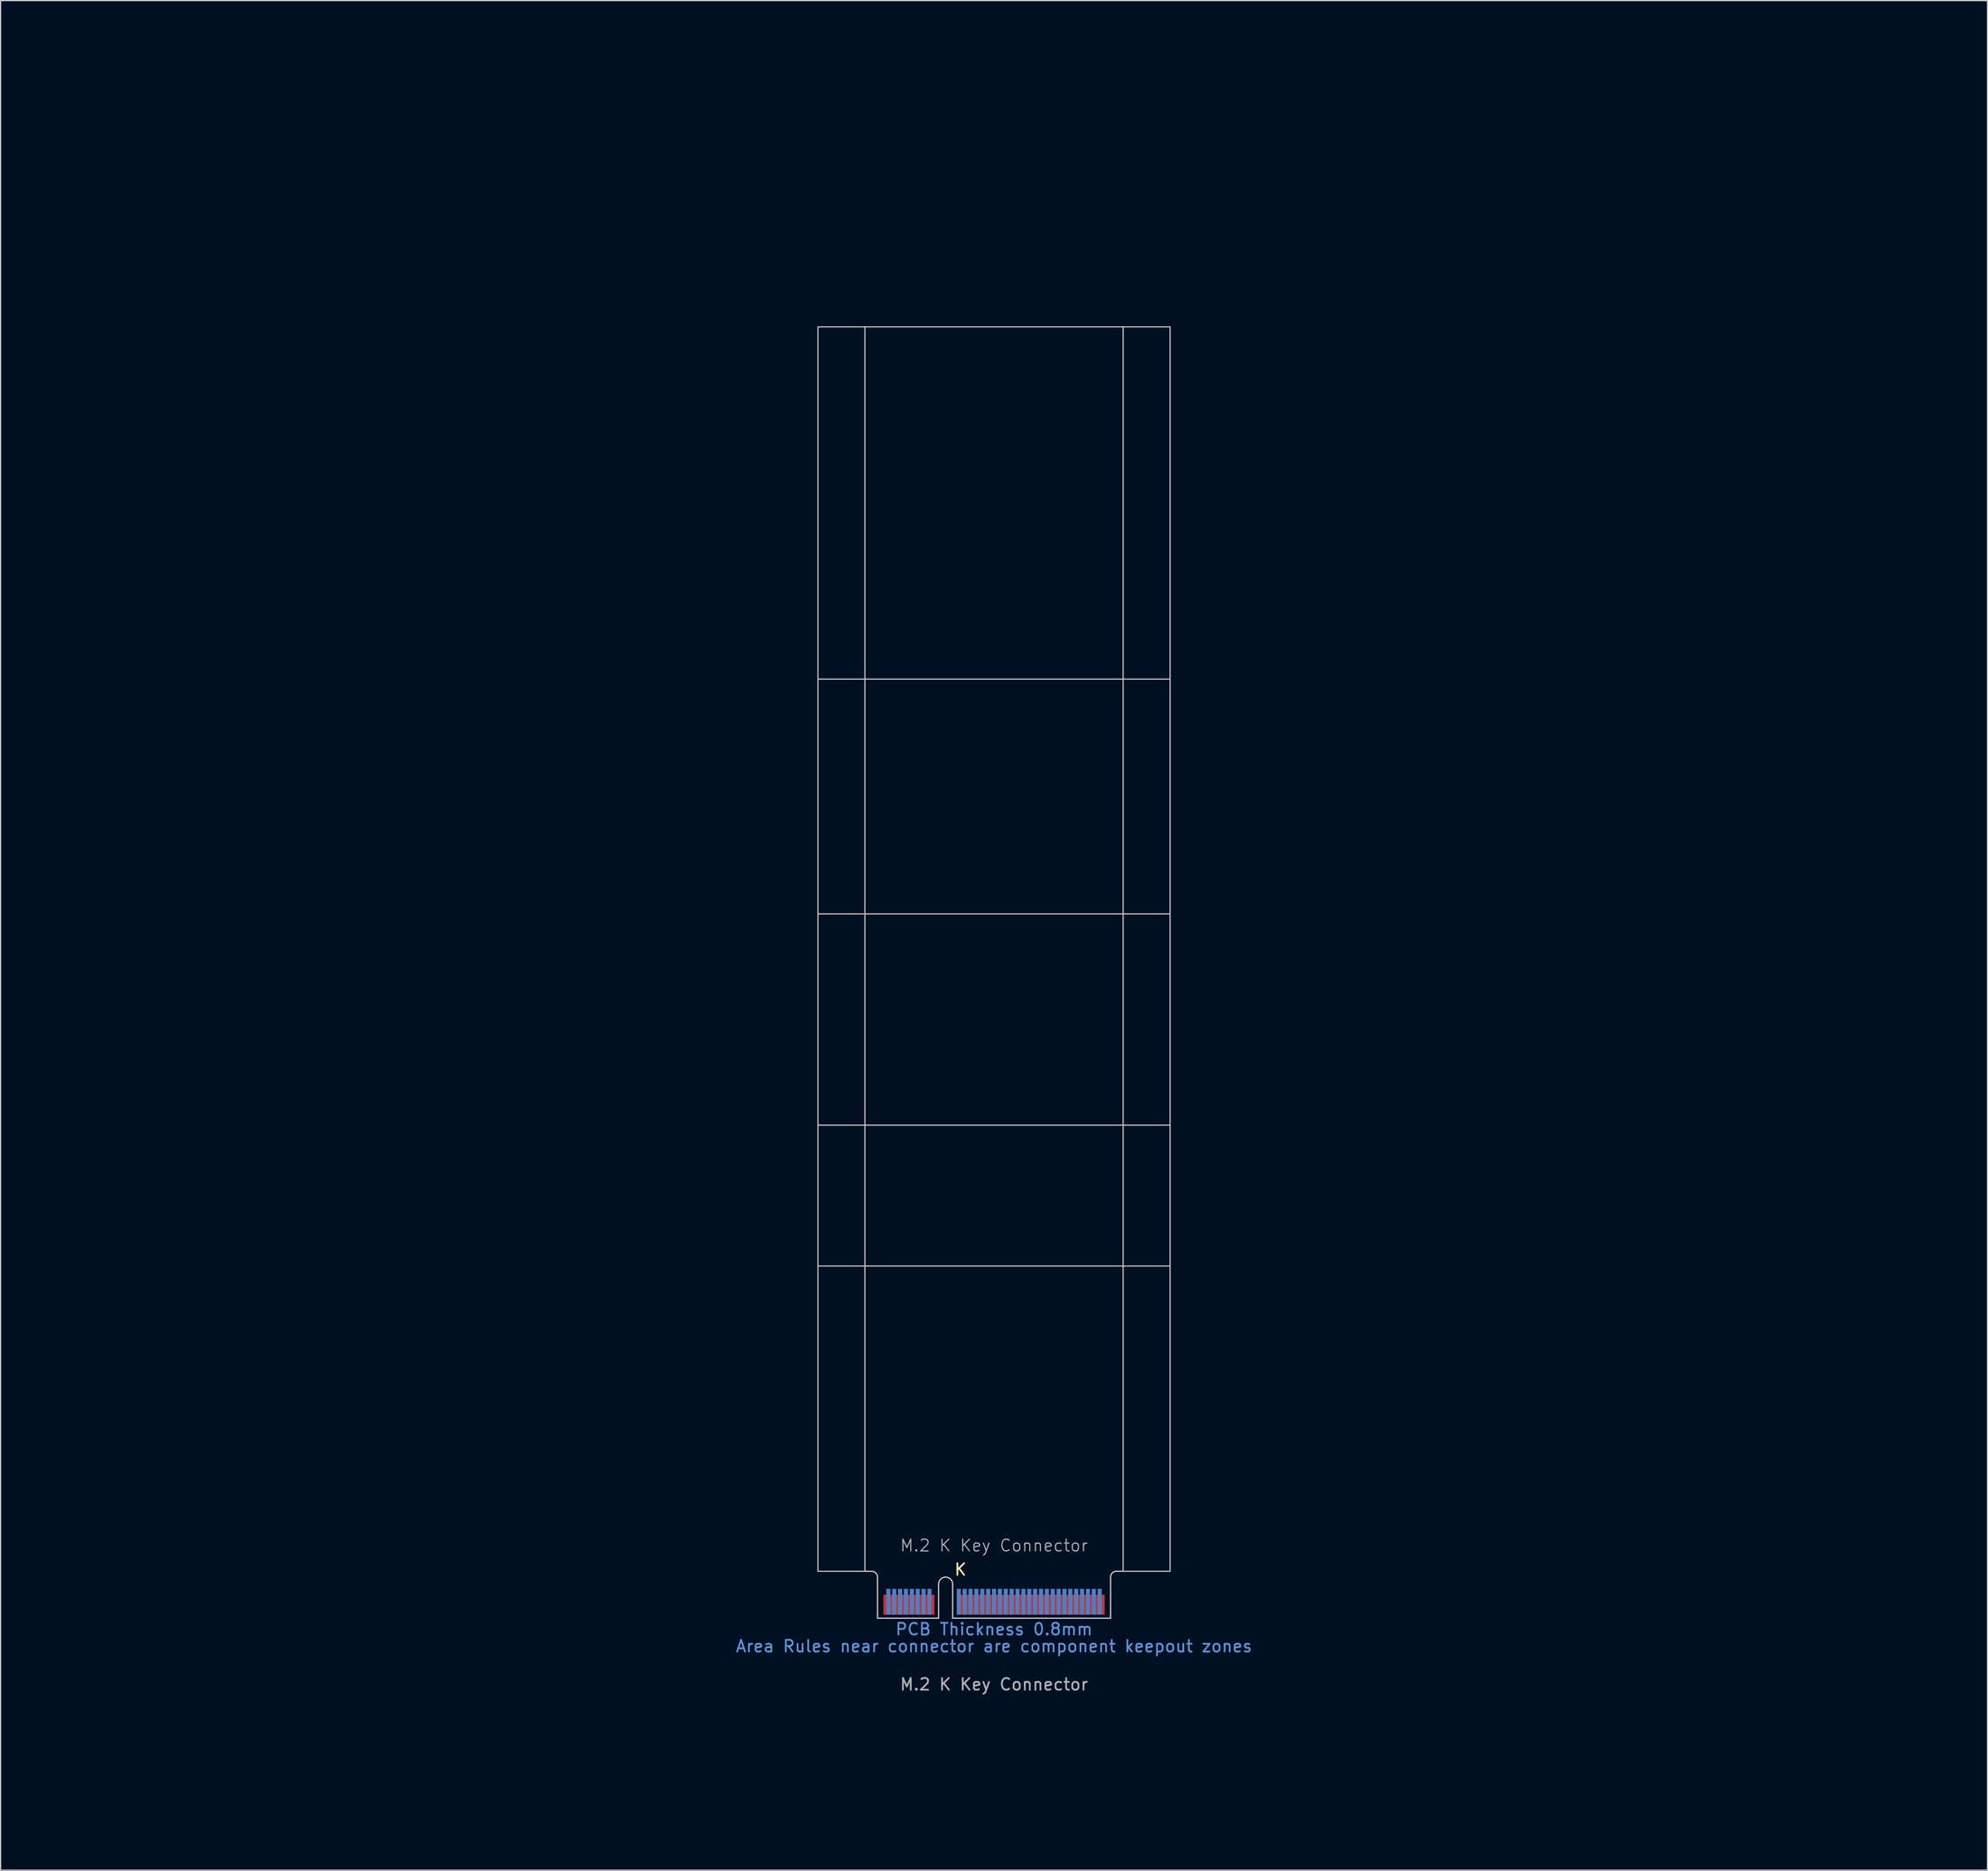
<source format=kicad_pcb>
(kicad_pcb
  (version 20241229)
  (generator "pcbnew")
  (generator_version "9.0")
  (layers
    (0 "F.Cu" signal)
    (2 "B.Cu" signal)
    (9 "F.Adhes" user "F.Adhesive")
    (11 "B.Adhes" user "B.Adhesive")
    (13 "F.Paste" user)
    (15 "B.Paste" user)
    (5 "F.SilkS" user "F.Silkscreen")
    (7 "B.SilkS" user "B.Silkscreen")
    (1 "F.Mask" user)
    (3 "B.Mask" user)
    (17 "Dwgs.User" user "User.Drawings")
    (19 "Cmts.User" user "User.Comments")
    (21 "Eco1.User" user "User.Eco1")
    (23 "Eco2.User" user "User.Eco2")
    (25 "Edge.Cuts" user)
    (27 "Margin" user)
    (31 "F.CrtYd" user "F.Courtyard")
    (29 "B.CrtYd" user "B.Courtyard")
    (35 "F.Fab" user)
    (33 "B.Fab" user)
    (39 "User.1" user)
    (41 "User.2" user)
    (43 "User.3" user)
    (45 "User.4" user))
  (footprint "M.2 K Key Connector"
    (layer "F.Cu")
    (at 81.624 133.687)
    (property "Reference" "M.2 K Key Connector" (at 0 -5.08 0) (unlocked yes) (layer "F.Fab") (effects (font (size 1 1) (thickness 0.1))))
    (attr exclude_from_pos_files exclude_from_bom)
    (fp_rect (start -9.925 -0.94) (end 9.925 1.11) (stroke (width 0) (type default)) (fill yes) (layer "F.Mask"))
    (fp_rect (start -9.925 -1.44) (end 9.925 1.11) (stroke (width 0) (type default)) (fill yes) (layer "B.Mask"))
    (fp_line (start -15 -108.89) (end 15 -108.89) (stroke (width 0.1) (type default)) (layer "Dwgs.User"))
    (fp_line (start -15 -78.89) (end 15 -78.89) (stroke (width 0.1) (type default)) (layer "Dwgs.User"))
    (fp_line (start -15 -58.89) (end 15 -58.89) (stroke (width 0.1) (type default)) (layer "Dwgs.User"))
    (fp_line (start -15 -40.89) (end 15 -40.89) (stroke (width 0.1) (type default)) (layer "Dwgs.User"))
    (fp_line (start -15 -28.89) (end 15 -28.89) (stroke (width 0.1) (type default)) (layer "Dwgs.User"))
    (fp_line (start -15 -2.89) (end -15 -108.89) (stroke (width 0.1) (type default)) (layer "Dwgs.User"))
    (fp_line (start -11 -2.89) (end -15 -2.89) (stroke (width 0.1) (type default)) (layer "Dwgs.User"))
    (fp_line (start -11 -2.89) (end -11 -108.89) (stroke (width 0.1) (type default)) (layer "Dwgs.User"))
    (fp_line (start 11 -108.89) (end 11 -2.89) (stroke (width 0.1) (type default)) (layer "Dwgs.User"))
    (fp_line (start 11 -2.89) (end 15 -2.89) (stroke (width 0.1) (type default)) (layer "Dwgs.User"))
    (fp_line (start 15 -108.89) (end 15 -2.89) (stroke (width 0.1) (type default)) (layer "Dwgs.User"))
    (fp_line (start -11 -2.89) (end -10.425 -2.89) (stroke (width 0.1) (type default)) (layer "Edge.Cuts"))
    (fp_line (start -9.925 -2.39) (end -9.925 1.11) (stroke (width 0.1) (type default)) (layer "Edge.Cuts"))
    (fp_line (start -4.725 -1.79) (end -4.725 1.11) (stroke (width 0.1) (type default)) (layer "Edge.Cuts"))
    (fp_line (start -4.725 1.11) (end -9.925 1.11) (stroke (width 0.1) (type default)) (layer "Edge.Cuts"))
    (fp_line (start -3.525 -1.79) (end -3.525 1.11) (stroke (width 0.1) (type default)) (layer "Edge.Cuts"))
    (fp_line (start -3.525 1.11) (end 9.925 1.11) (stroke (width 0.1) (type default)) (layer "Edge.Cuts"))
    (fp_line (start 9.925 -2.39) (end 9.925 1.11) (stroke (width 0.1) (type default)) (layer "Edge.Cuts"))
    (fp_line (start 10.425 -2.89) (end 11 -2.89) (stroke (width 0.1) (type default)) (layer "Edge.Cuts"))
    (fp_arc (start -10.425 -2.89) (mid -10.071447 -2.743553) (end -9.925 -2.39) (stroke (width 0.1) (type default)) (layer "Edge.Cuts"))
    (fp_arc (start -4.725 -1.79) (mid -4.125 -2.39) (end -3.525 -1.79) (stroke (width 0.1) (type default)) (layer "Edge.Cuts"))
    (fp_arc (start 9.925 -2.39) (mid 10.071447 -2.743553) (end 10.425 -2.89) (stroke (width 0.1) (type default)) (layer "Edge.Cuts"))
    (fp_line (start -0.71 -109.6) (end 0.71 -108.18) (stroke (width 0.15) (type default)) (layer "User.3"))
    (fp_line (start -0.71 -79.6) (end 0.71 -78.18) (stroke (width 0.15) (type default)) (layer "User.3"))
    (fp_line (start -0.71 -59.6) (end 0.71 -58.18) (stroke (width 0.15) (type default)) (layer "User.3"))
    (fp_line (start -0.71 -41.6) (end 0.71 -40.18) (stroke (width 0.15) (type default)) (layer "User.3"))
    (fp_line (start -0.71 -29.6) (end 0.71 -28.18) (stroke (width 0.15) (type default)) (layer "User.3"))
    (fp_line (start 0.71 -109.6) (end -0.71 -108.18) (stroke (width 0.15) (type default)) (layer "User.3"))
    (fp_line (start 0.71 -79.6) (end -0.71 -78.18) (stroke (width 0.15) (type default)) (layer "User.3"))
    (fp_line (start 0.71 -59.6) (end -0.71 -58.18) (stroke (width 0.15) (type default)) (layer "User.3"))
    (fp_line (start 0.71 -41.6) (end -0.71 -40.18) (stroke (width 0.15) (type default)) (layer "User.3"))
    (fp_line (start 0.71 -29.6) (end -0.71 -28.18) (stroke (width 0.15) (type default)) (layer "User.3"))
    (fp_rect (start -15 -108.89) (end 15 -105.09) (stroke (width 0.1) (type default)) (fill no) (layer "User.4"))
    (fp_rect (start -15 -78.89) (end 15 -75.09) (stroke (width 0.1) (type default)) (fill no) (layer "User.4"))
    (fp_rect (start -15 -58.89) (end 15 -55.09) (stroke (width 0.1) (type default)) (fill no) (layer "User.4"))
    (fp_rect (start -15 -40.89) (end 15 -37.09) (stroke (width 0.1) (type default)) (fill no) (layer "User.4"))
    (fp_rect (start -15 -28.89) (end 15 -25.09) (stroke (width 0.1) (type default)) (fill no) (layer "User.4"))
    (fp_text user "K" (at -3.46 -2.445 0) (unlocked yes) (layer "F.SilkS") (effects (font (size 1 1) (thickness 0.15)) (justify left bottom)))
    (fp_text user "PCB Thickness 0.8mm" (at 0 2.05 0) (unlocked yes) (layer "Cmts.User") (effects (font (size 1 1) (thickness 0.15))))
    (fp_text user "Area Rules near connector are component keepout zones" (at 0 3.5 0) (unlocked yes) (layer "Cmts.User") (effects (font (size 1 1) (thickness 0.15))))
    (fp_text user "${REFERENCE}" (at 0 6.75 0) (unlocked yes) (layer "F.Fab") (effects (font (size 1 1) (thickness 0.15))))
    (fp_text user "Standard 22, 30mm widths and 30, 42, 60, 80, 110mm lengths shown in Blue (User.2 Layer)" (at 0 18.055 0) (unlocked yes) (layer "User.2") (effects (font (size 2 2) (thickness 0.2))))
    (fp_text user "Place grounded \"M.2 Mounting Pad\" footprint from library on Teal (User.3 Layer) X's" (at 0 13.4 0) (unlocked yes) (layer "User.3") (effects (font (size 2 2) (thickness 0.2))))
    (fp_text user "Yellow areas (User.4 Layer) reserverd for RF recepticals or for components when no RF recepticals used." (at 0 8.83 0) (unlocked yes) (layer "User.4") (effects (font (size 2 2) (thickness 0.2))))
    (dimension (type orthogonal) (layer "User.2") (pts (xy 91.549 134.797) (xy 96.624 104.797)) (height 20.795) (orientation 1) (format (prefix "") (suffix "") (units 3) (units_format 0) (precision 4) (suppress_zeroes yes)) (style (thickness 0.1) (arrow_length 1.27) (text_position_mode 0) (arrow_direction outward) (extension_height 0.586) (extension_offset 0.5) (keep_text_aligned yes)) (gr_text "30" (at 109.044 119.797 90) (layer "User.2") (effects (font (size 3 3) (thickness 0.3)))))
    (dimension (type orthogonal) (layer "User.2") (pts (xy 70.624 24.797) (xy 92.624 24.797)) (height -12.48) (orientation 0) (format (prefix "") (suffix "") (units 3) (units_format 0) (precision 4) (suppress_zeroes yes)) (style (thickness 0.1) (arrow_length 1.27) (text_position_mode 0) (arrow_direction outward) (extension_height 0.586) (extension_offset 0.5) (keep_text_aligned yes)) (gr_text "22" (at 81.624 8.917 0) (layer "User.2") (effects (font (size 3 3) (thickness 0.4)))))
    (dimension (type orthogonal) (layer "User.2") (pts (xy 91.549 134.797) (xy 96.624 24.797)) (height 69.74) (orientation 1) (format (prefix "") (suffix "") (units 3) (units_format 0) (precision 4) (suppress_zeroes yes)) (style (thickness 0.1) (arrow_length 1.27) (text_position_mode 0) (arrow_direction outward) (extension_height 0.586) (extension_offset 0.5) (keep_text_aligned yes)) (gr_text "110" (at 157.989 79.797 90) (layer "User.2") (effects (font (size 3 3) (thickness 0.3)))))
    (dimension (type orthogonal) (layer "User.2") (pts (xy 91.549 134.797) (xy 96.624 92.797)) (height 32.695) (orientation 1) (format (prefix "") (suffix "") (units 3) (units_format 0) (precision 4) (suppress_zeroes yes)) (style (thickness 0.1) (arrow_length 1.27) (text_position_mode 0) (arrow_direction outward) (extension_height 0.586) (extension_offset 0.5) (keep_text_aligned yes)) (gr_text "42" (at 120.944 113.797 90) (layer "User.2") (effects (font (size 3 3) (thickness 0.3)))))
    (dimension (type orthogonal) (layer "User.2") (pts (xy 91.534 134.797) (xy 96.624 54.797)) (height 58.985) (orientation 1) (format (prefix "") (suffix "") (units 3) (units_format 0) (precision 4) (suppress_zeroes yes)) (style (thickness 0.1) (arrow_length 1.27) (text_position_mode 0) (arrow_direction outward) (extension_height 0.586) (extension_offset 0.5) (keep_text_aligned yes)) (gr_text "80" (at 147.219 94.797 90) (layer "User.2") (effects (font (size 3 3) (thickness 0.3)))))
    (dimension (type orthogonal) (layer "User.2") (pts (xy 91.549 134.797) (xy 96.624 74.797)) (height 45.245) (orientation 1) (format (prefix "") (suffix "") (units 3) (units_format 0) (precision 4) (suppress_zeroes yes)) (style (thickness 0.1) (arrow_length 1.27) (text_position_mode 0) (arrow_direction outward) (extension_height 0.586) (extension_offset 0.5) (keep_text_aligned yes)) (gr_text "60" (at 133.494 104.797 90) (layer "User.2") (effects (font (size 3 3) (thickness 0.3)))))
    (dimension (type orthogonal) (layer "User.2") (pts (xy 66.624 23.687) (xy 96.624 23.687)) (height -17.83) (orientation 0) (format (prefix "") (suffix "") (units 3) (units_format 0) (precision 4) (suppress_zeroes yes)) (style (thickness 0.1) (arrow_length 1.27) (text_position_mode 0) (arrow_direction outward) (extension_height 0.586) (extension_offset 0.5) (keep_text_aligned yes)) (gr_text "30" (at 81.624 2.457 0) (layer "User.2") (effects (font (size 3 3) (thickness 0.4)))))
    (pad "1" smd rect (at 9.25 -0.04 180) (size 0.35 1.7) (layers "F.Cu"))
    (pad "2" smd rect (at 9 -0.29 180) (size 0.35 2.2) (layers "B.Cu"))
    (pad "3" smd rect (at 8.75 -0.04 180) (size 0.35 1.7) (layers "F.Cu"))
    (pad "4" smd rect (at 8.5 -0.29 180) (size 0.35 2.2) (layers "B.Cu"))
    (pad "5" smd rect (at 8.25 -0.04 180) (size 0.35 1.7) (layers "F.Cu"))
    (pad "6" smd rect (at 8 -0.29 180) (size 0.35 2.2) (layers "B.Cu"))
    (pad "7" smd rect (at 7.75 -0.04 180) (size 0.35 1.7) (layers "F.Cu"))
    (pad "8" smd rect (at 7.5 -0.29 180) (size 0.35 2.2) (layers "B.Cu"))
    (pad "9" smd rect (at 7.25 -0.04 180) (size 0.35 1.7) (layers "F.Cu"))
    (pad "10" smd rect (at 7 -0.29 180) (size 0.35 2.2) (layers "B.Cu"))
    (pad "11" smd rect (at 6.75 -0.04 180) (size 0.35 1.7) (layers "F.Cu"))
    (pad "12" smd rect (at 6.5 -0.29 180) (size 0.35 2.2) (layers "B.Cu"))
    (pad "13" smd rect (at 6.25 -0.04 180) (size 0.35 1.7) (layers "F.Cu"))
    (pad "14" smd rect (at 6 -0.29 180) (size 0.35 2.2) (layers "B.Cu"))
    (pad "15" smd rect (at 5.75 -0.04 180) (size 0.35 1.7) (layers "F.Cu"))
    (pad "16" smd rect (at 5.5 -0.29 180) (size 0.35 2.2) (layers "B.Cu"))
    (pad "17" smd rect (at 5.25 -0.04 180) (size 0.35 1.7) (layers "F.Cu"))
    (pad "18" smd rect (at 5 -0.29 180) (size 0.35 2.2) (layers "B.Cu"))
    (pad "19" smd rect (at 4.75 -0.04 180) (size 0.35 1.7) (layers "F.Cu"))
    (pad "20" smd rect (at 4.5 -0.29 180) (size 0.35 2.2) (layers "B.Cu"))
    (pad "21" smd rect (at 4.25 -0.04 180) (size 0.35 1.7) (layers "F.Cu"))
    (pad "22" smd rect (at 4 -0.29 180) (size 0.35 2.2) (layers "B.Cu"))
    (pad "23" smd rect (at 3.75 -0.04 180) (size 0.35 1.7) (layers "F.Cu"))
    (pad "24" smd rect (at 3.5 -0.29 180) (size 0.35 2.2) (layers "B.Cu"))
    (pad "25" smd rect (at 3.25 -0.04 180) (size 0.35 1.7) (layers "F.Cu"))
    (pad "26" smd rect (at 3 -0.29 180) (size 0.35 2.2) (layers "B.Cu"))
    (pad "27" smd rect (at 2.75 -0.04 180) (size 0.35 1.7) (layers "F.Cu"))
    (pad "28" smd rect (at 2.5 -0.29 180) (size 0.35 2.2) (layers "B.Cu"))
    (pad "29" smd rect (at 2.25 -0.04 180) (size 0.35 1.7) (layers "F.Cu"))
    (pad "30" smd rect (at 2 -0.29 180) (size 0.35 2.2) (layers "B.Cu"))
    (pad "31" smd rect (at 1.75 -0.04 180) (size 0.35 1.7) (layers "F.Cu"))
    (pad "32" smd rect (at 1.5 -0.29 180) (size 0.35 2.2) (layers "B.Cu"))
    (pad "33" smd rect (at 1.25 -0.04 180) (size 0.35 1.7) (layers "F.Cu"))
    (pad "34" smd rect (at 1 -0.29 180) (size 0.35 2.2) (layers "B.Cu"))
    (pad "35" smd rect (at 0.75 -0.04 180) (size 0.35 1.7) (layers "F.Cu"))
    (pad "36" smd rect (at 0.5 -0.29 180) (size 0.35 2.2) (layers "B.Cu"))
    (pad "37" smd rect (at 0.25 -0.04 180) (size 0.35 1.7) (layers "F.Cu"))
    (pad "38" smd rect (at 0 -0.29 180) (size 0.35 2.2) (layers "B.Cu"))
    (pad "39" smd rect (at -0.25 -0.04 180) (size 0.35 1.7) (layers "F.Cu"))
    (pad "40" smd rect (at -0.5 -0.29 180) (size 0.35 2.2) (layers "B.Cu"))
    (pad "41" smd rect (at -0.75 -0.04 180) (size 0.35 1.7) (layers "F.Cu"))
    (pad "42" smd rect (at -1 -0.29 180) (size 0.35 2.2) (layers "B.Cu"))
    (pad "43" smd rect (at -1.25 -0.04 180) (size 0.35 1.7) (layers "F.Cu"))
    (pad "44" smd rect (at -1.5 -0.29 180) (size 0.35 2.2) (layers "B.Cu"))
    (pad "45" smd rect (at -1.75 -0.04 180) (size 0.35 1.7) (layers "F.Cu"))
    (pad "46" smd rect (at -2 -0.29 180) (size 0.35 2.2) (layers "B.Cu"))
    (pad "47" smd rect (at -2.25 -0.04 180) (size 0.35 1.7) (layers "F.Cu"))
    (pad "48" smd rect (at -2.5 -0.29 180) (size 0.35 2.2) (layers "B.Cu"))
    (pad "49" smd rect (at -2.75 -0.04 180) (size 0.35 1.7) (layers "F.Cu"))
    (pad "50" smd rect (at -3 -0.29 180) (size 0.35 2.2) (layers "B.Cu"))
    (pad "59" smd rect (at -5.25 -0.04 180) (size 0.35 1.7) (layers "F.Cu"))
    (pad "60" smd rect (at -5.5 -0.29 180) (size 0.35 2.2) (layers "B.Cu"))
    (pad "61" smd rect (at -5.75 -0.04 180) (size 0.35 1.7) (layers "F.Cu"))
    (pad "62" smd rect (at -6 -0.29 180) (size 0.35 2.2) (layers "B.Cu"))
    (pad "63" smd rect (at -6.25 -0.04 180) (size 0.35 1.7) (layers "F.Cu"))
    (pad "64" smd rect (at -6.5 -0.29 180) (size 0.35 2.2) (layers "B.Cu"))
    (pad "65" smd rect (at -6.75 -0.04 180) (size 0.35 1.7) (layers "F.Cu"))
    (pad "66" smd rect (at -7 -0.29 180) (size 0.35 2.2) (layers "B.Cu"))
    (pad "67" smd rect (at -7.25 -0.04 180) (size 0.35 1.7) (layers "F.Cu"))
    (pad "68" smd rect (at -7.5 -0.29 180) (size 0.35 2.2) (layers "B.Cu"))
    (pad "69" smd rect (at -7.75 -0.04 180) (size 0.35 1.7) (layers "F.Cu"))
    (pad "70" smd rect (at -8 -0.29 180) (size 0.35 2.2) (layers "B.Cu"))
    (pad "71" smd rect (at -8.25 -0.04 180) (size 0.35 1.7) (layers "F.Cu"))
    (pad "72" smd rect (at -8.5 -0.29 180) (size 0.35 2.2) (layers "B.Cu"))
    (pad "73" smd rect (at -8.75 -0.04 180) (size 0.35 1.7) (layers "F.Cu"))
    (pad "74" smd rect (at -9 -0.29 180) (size 0.35 2.2) (layers "B.Cu"))
    (pad "75" smd rect (at -9.25 -0.04 180) (size 0.35 1.7) (layers "F.Cu"))
    (zone (net_name "") (layer "F.Cu") (name "Front Component Keepout") (hatch full 0.5) (connect_pads) (min_thickness 0.25) (filled_areas_thickness no) (keepout (tracks allowed) (vias allowed) (pads allowed) (copperpour allowed) (footprints not_allowed)) (placement (enabled no)) (fill) (polygon (pts (xy 96.624 130.797) (xy 96.624 134.797) (xy 66.624 134.797) (xy 66.624 130.797))))
    (zone (net_name "") (layer "B.Cu") (name "Rear Component Keepout") (hatch full 0.5) (connect_pads) (min_thickness 0.25) (filled_areas_thickness no) (keepout (tracks allowed) (vias allowed) (pads allowed) (copperpour allowed) (footprints not_allowed)) (placement (enabled no)) (fill) (polygon (pts (xy 96.624 134.797) (xy 96.624 129.597) (xy 66.624 129.597) (xy 66.624 134.797)))))
  (gr_rect
    (start -3 -3)
    (end 166.248 156.263)
    (stroke (width 0.1) (type default))
    (fill no)
    (layer "Edge.Cuts")))
</source>
